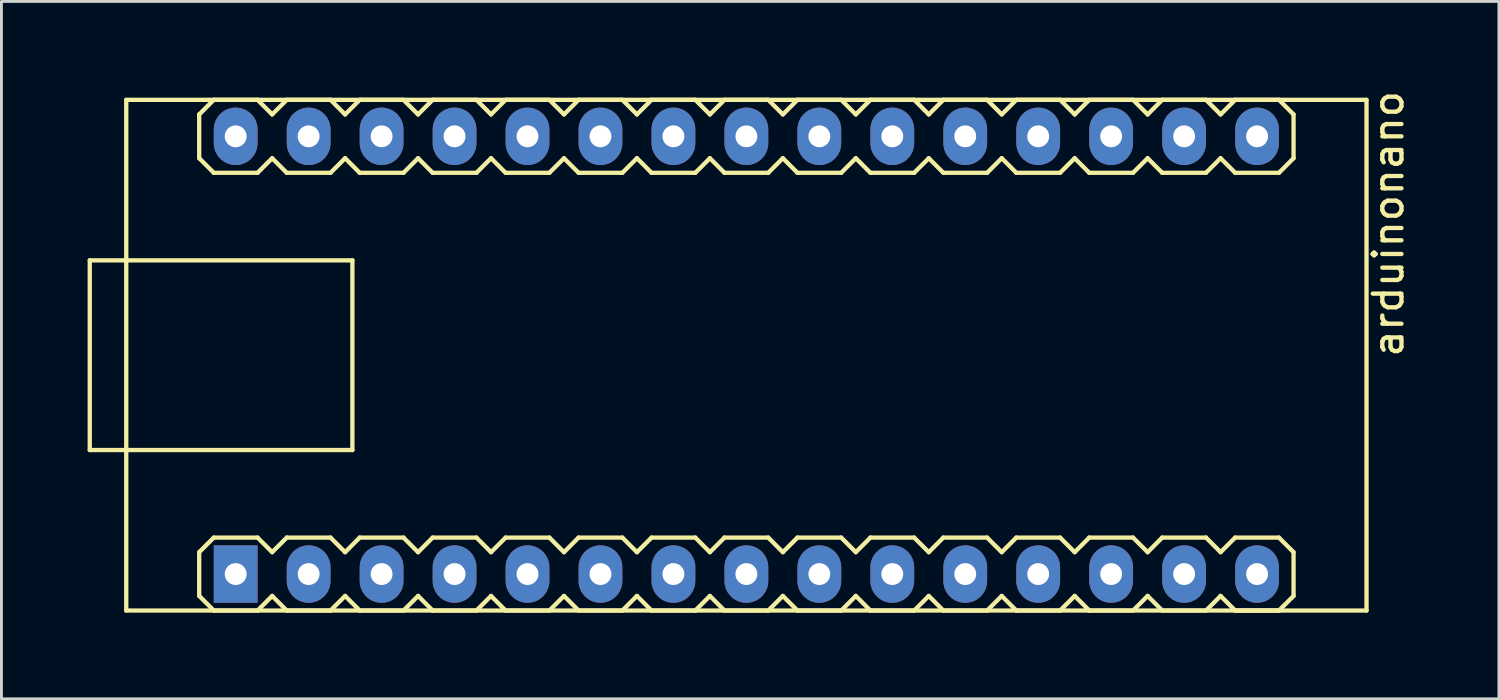
<source format=kicad_pcb>
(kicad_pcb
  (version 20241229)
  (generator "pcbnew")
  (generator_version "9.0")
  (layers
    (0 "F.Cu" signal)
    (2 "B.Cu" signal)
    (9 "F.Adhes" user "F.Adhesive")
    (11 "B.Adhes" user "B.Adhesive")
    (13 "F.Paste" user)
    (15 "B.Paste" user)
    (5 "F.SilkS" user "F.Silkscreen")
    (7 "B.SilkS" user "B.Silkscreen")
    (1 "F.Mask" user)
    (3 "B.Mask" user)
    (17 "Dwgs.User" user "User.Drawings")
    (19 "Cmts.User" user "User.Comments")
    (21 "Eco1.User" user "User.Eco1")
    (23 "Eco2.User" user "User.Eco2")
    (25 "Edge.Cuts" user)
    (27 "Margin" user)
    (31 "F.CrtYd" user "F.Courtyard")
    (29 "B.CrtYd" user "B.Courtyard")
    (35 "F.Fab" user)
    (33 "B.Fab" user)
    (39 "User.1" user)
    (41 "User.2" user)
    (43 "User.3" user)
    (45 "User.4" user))
  (footprint "arduinonano"
    (layer "F.Cu")
    (at 2.615 11.856)
    (property "Reference" "arduinonano" (at 42.672 -7.112 90) (layer "F.SilkS") (effects (font (size 1 1) (thickness 0.15))))
    (attr through_hole)
    (fp_line (start -2.54 -5.842) (end -2.54 0.762) (stroke (width 0.15) (type solid)) (layer "F.SilkS"))
    (fp_line (start -2.54 0.762) (end 6.604 0.762) (stroke (width 0.15) (type solid)) (layer "F.SilkS"))
    (fp_line (start -1.27 -11.43) (end -1.27 6.35) (stroke (width 0.15) (type solid)) (layer "F.SilkS"))
    (fp_line (start -1.27 6.35) (end 41.91 6.35) (stroke (width 0.15) (type solid)) (layer "F.SilkS"))
    (fp_line (start 1.27 -10.922) (end 1.778 -11.43) (stroke (width 0.15) (type solid)) (layer "F.SilkS"))
    (fp_line (start 1.27 -9.398) (end 1.27 -10.922) (stroke (width 0.15) (type solid)) (layer "F.SilkS"))
    (fp_line (start 1.27 4.318) (end 1.27 5.842) (stroke (width 0.15) (type solid)) (layer "F.SilkS"))
    (fp_line (start 1.27 5.842) (end 1.778 6.35) (stroke (width 0.15) (type solid)) (layer "F.SilkS"))
    (fp_line (start 1.778 -11.43) (end 3.302 -11.43) (stroke (width 0.15) (type solid)) (layer "F.SilkS"))
    (fp_line (start 1.778 -8.89) (end 1.27 -9.398) (stroke (width 0.15) (type solid)) (layer "F.SilkS"))
    (fp_line (start 1.778 3.81) (end 1.27 4.318) (stroke (width 0.15) (type solid)) (layer "F.SilkS"))
    (fp_line (start 1.778 6.35) (end 3.302 6.35) (stroke (width 0.15) (type solid)) (layer "F.SilkS"))
    (fp_line (start 3.302 -11.43) (end 3.81 -10.922) (stroke (width 0.15) (type solid)) (layer "F.SilkS"))
    (fp_line (start 3.302 -8.89) (end 1.778 -8.89) (stroke (width 0.15) (type solid)) (layer "F.SilkS"))
    (fp_line (start 3.302 3.81) (end 1.778 3.81) (stroke (width 0.15) (type solid)) (layer "F.SilkS"))
    (fp_line (start 3.302 6.35) (end 3.81 5.842) (stroke (width 0.15) (type solid)) (layer "F.SilkS"))
    (fp_line (start 3.81 -9.398) (end 3.302 -8.89) (stroke (width 0.15) (type solid)) (layer "F.SilkS"))
    (fp_line (start 3.81 4.318) (end 3.302 3.81) (stroke (width 0.15) (type solid)) (layer "F.SilkS"))
    (fp_line (start 4.318 -11.43) (end 3.81 -10.922) (stroke (width 0.15) (type solid)) (layer "F.SilkS"))
    (fp_line (start 4.318 -8.89) (end 3.81 -9.398) (stroke (width 0.15) (type solid)) (layer "F.SilkS"))
    (fp_line (start 4.318 -8.89) (end 5.842 -8.89) (stroke (width 0.15) (type solid)) (layer "F.SilkS"))
    (fp_line (start 4.318 3.81) (end 3.81 4.318) (stroke (width 0.15) (type solid)) (layer "F.SilkS"))
    (fp_line (start 4.318 6.35) (end 3.81 5.842) (stroke (width 0.15) (type solid)) (layer "F.SilkS"))
    (fp_line (start 4.318 6.35) (end 5.842 6.35) (stroke (width 0.15) (type solid)) (layer "F.SilkS"))
    (fp_line (start 5.842 -11.43) (end 4.318 -11.43) (stroke (width 0.15) (type solid)) (layer "F.SilkS"))
    (fp_line (start 5.842 -8.89) (end 6.35 -9.398) (stroke (width 0.15) (type solid)) (layer "F.SilkS"))
    (fp_line (start 5.842 3.81) (end 4.318 3.81) (stroke (width 0.15) (type solid)) (layer "F.SilkS"))
    (fp_line (start 5.842 6.35) (end 6.35 5.842) (stroke (width 0.15) (type solid)) (layer "F.SilkS"))
    (fp_line (start 6.35 -10.922) (end 5.842 -11.43) (stroke (width 0.15) (type solid)) (layer "F.SilkS"))
    (fp_line (start 6.35 4.318) (end 5.842 3.81) (stroke (width 0.15) (type solid)) (layer "F.SilkS"))
    (fp_line (start 6.604 -5.842) (end -2.54 -5.842) (stroke (width 0.15) (type solid)) (layer "F.SilkS"))
    (fp_line (start 6.604 0.762) (end 6.604 -5.842) (stroke (width 0.15) (type solid)) (layer "F.SilkS"))
    (fp_line (start 6.858 -11.43) (end 6.35 -10.922) (stroke (width 0.15) (type solid)) (layer "F.SilkS"))
    (fp_line (start 6.858 -8.89) (end 6.35 -9.398) (stroke (width 0.15) (type solid)) (layer "F.SilkS"))
    (fp_line (start 6.858 -8.89) (end 8.382 -8.89) (stroke (width 0.15) (type solid)) (layer "F.SilkS"))
    (fp_line (start 6.858 3.81) (end 6.35 4.318) (stroke (width 0.15) (type solid)) (layer "F.SilkS"))
    (fp_line (start 6.858 6.35) (end 6.35 5.842) (stroke (width 0.15) (type solid)) (layer "F.SilkS"))
    (fp_line (start 6.858 6.35) (end 8.382 6.35) (stroke (width 0.15) (type solid)) (layer "F.SilkS"))
    (fp_line (start 8.382 -11.43) (end 6.858 -11.43) (stroke (width 0.15) (type solid)) (layer "F.SilkS"))
    (fp_line (start 8.382 -8.89) (end 8.89 -9.398) (stroke (width 0.15) (type solid)) (layer "F.SilkS"))
    (fp_line (start 8.382 3.81) (end 6.858 3.81) (stroke (width 0.15) (type solid)) (layer "F.SilkS"))
    (fp_line (start 8.382 6.35) (end 8.89 5.842) (stroke (width 0.15) (type solid)) (layer "F.SilkS"))
    (fp_line (start 8.89 -10.922) (end 8.382 -11.43) (stroke (width 0.15) (type solid)) (layer "F.SilkS"))
    (fp_line (start 8.89 4.318) (end 8.382 3.81) (stroke (width 0.15) (type solid)) (layer "F.SilkS"))
    (fp_line (start 9.398 -11.43) (end 8.89 -10.922) (stroke (width 0.15) (type solid)) (layer "F.SilkS"))
    (fp_line (start 9.398 -8.89) (end 8.89 -9.398) (stroke (width 0.15) (type solid)) (layer "F.SilkS"))
    (fp_line (start 9.398 -8.89) (end 10.922 -8.89) (stroke (width 0.15) (type solid)) (layer "F.SilkS"))
    (fp_line (start 9.398 3.81) (end 8.89 4.318) (stroke (width 0.15) (type solid)) (layer "F.SilkS"))
    (fp_line (start 9.398 6.35) (end 8.89 5.842) (stroke (width 0.15) (type solid)) (layer "F.SilkS"))
    (fp_line (start 9.398 6.35) (end 10.922 6.35) (stroke (width 0.15) (type solid)) (layer "F.SilkS"))
    (fp_line (start 10.922 -11.43) (end 9.398 -11.43) (stroke (width 0.15) (type solid)) (layer "F.SilkS"))
    (fp_line (start 10.922 -8.89) (end 11.43 -9.398) (stroke (width 0.15) (type solid)) (layer "F.SilkS"))
    (fp_line (start 10.922 3.81) (end 9.398 3.81) (stroke (width 0.15) (type solid)) (layer "F.SilkS"))
    (fp_line (start 10.922 6.35) (end 11.43 5.842) (stroke (width 0.15) (type solid)) (layer "F.SilkS"))
    (fp_line (start 11.43 -10.922) (end 10.922 -11.43) (stroke (width 0.15) (type solid)) (layer "F.SilkS"))
    (fp_line (start 11.43 4.318) (end 10.922 3.81) (stroke (width 0.15) (type solid)) (layer "F.SilkS"))
    (fp_line (start 11.938 -11.43) (end 11.43 -10.922) (stroke (width 0.15) (type solid)) (layer "F.SilkS"))
    (fp_line (start 11.938 -8.89) (end 11.43 -9.398) (stroke (width 0.15) (type solid)) (layer "F.SilkS"))
    (fp_line (start 11.938 -8.89) (end 13.462 -8.89) (stroke (width 0.15) (type solid)) (layer "F.SilkS"))
    (fp_line (start 11.938 3.81) (end 11.43 4.318) (stroke (width 0.15) (type solid)) (layer "F.SilkS"))
    (fp_line (start 11.938 6.35) (end 11.43 5.842) (stroke (width 0.15) (type solid)) (layer "F.SilkS"))
    (fp_line (start 11.938 6.35) (end 13.462 6.35) (stroke (width 0.15) (type solid)) (layer "F.SilkS"))
    (fp_line (start 13.462 -11.43) (end 11.938 -11.43) (stroke (width 0.15) (type solid)) (layer "F.SilkS"))
    (fp_line (start 13.462 -8.89) (end 13.97 -9.398) (stroke (width 0.15) (type solid)) (layer "F.SilkS"))
    (fp_line (start 13.462 3.81) (end 11.938 3.81) (stroke (width 0.15) (type solid)) (layer "F.SilkS"))
    (fp_line (start 13.462 6.35) (end 13.97 5.842) (stroke (width 0.15) (type solid)) (layer "F.SilkS"))
    (fp_line (start 13.97 -10.922) (end 13.462 -11.43) (stroke (width 0.15) (type solid)) (layer "F.SilkS"))
    (fp_line (start 13.97 4.318) (end 13.462 3.81) (stroke (width 0.15) (type solid)) (layer "F.SilkS"))
    (fp_line (start 14.478 -11.43) (end 13.97 -10.922) (stroke (width 0.15) (type solid)) (layer "F.SilkS"))
    (fp_line (start 14.478 -8.89) (end 13.97 -9.398) (stroke (width 0.15) (type solid)) (layer "F.SilkS"))
    (fp_line (start 14.478 -8.89) (end 16.002 -8.89) (stroke (width 0.15) (type solid)) (layer "F.SilkS"))
    (fp_line (start 14.478 3.81) (end 13.97 4.318) (stroke (width 0.15) (type solid)) (layer "F.SilkS"))
    (fp_line (start 14.478 6.35) (end 13.97 5.842) (stroke (width 0.15) (type solid)) (layer "F.SilkS"))
    (fp_line (start 14.478 6.35) (end 16.002 6.35) (stroke (width 0.15) (type solid)) (layer "F.SilkS"))
    (fp_line (start 16.002 -11.43) (end 14.478 -11.43) (stroke (width 0.15) (type solid)) (layer "F.SilkS"))
    (fp_line (start 16.002 -8.89) (end 16.51 -9.398) (stroke (width 0.15) (type solid)) (layer "F.SilkS"))
    (fp_line (start 16.002 3.81) (end 14.478 3.81) (stroke (width 0.15) (type solid)) (layer "F.SilkS"))
    (fp_line (start 16.002 6.35) (end 16.51 5.842) (stroke (width 0.15) (type solid)) (layer "F.SilkS"))
    (fp_line (start 16.51 -10.922) (end 16.002 -11.43) (stroke (width 0.15) (type solid)) (layer "F.SilkS"))
    (fp_line (start 16.51 4.318) (end 16.002 3.81) (stroke (width 0.15) (type solid)) (layer "F.SilkS"))
    (fp_line (start 17.018 -11.43) (end 16.51 -10.922) (stroke (width 0.15) (type solid)) (layer "F.SilkS"))
    (fp_line (start 17.018 -8.89) (end 16.51 -9.398) (stroke (width 0.15) (type solid)) (layer "F.SilkS"))
    (fp_line (start 17.018 -8.89) (end 18.542 -8.89) (stroke (width 0.15) (type solid)) (layer "F.SilkS"))
    (fp_line (start 17.018 3.81) (end 16.51 4.318) (stroke (width 0.15) (type solid)) (layer "F.SilkS"))
    (fp_line (start 17.018 6.35) (end 16.51 5.842) (stroke (width 0.15) (type solid)) (layer "F.SilkS"))
    (fp_line (start 17.018 6.35) (end 18.542 6.35) (stroke (width 0.15) (type solid)) (layer "F.SilkS"))
    (fp_line (start 18.542 -11.43) (end 17.018 -11.43) (stroke (width 0.15) (type solid)) (layer "F.SilkS"))
    (fp_line (start 18.542 -8.89) (end 19.05 -9.398) (stroke (width 0.15) (type solid)) (layer "F.SilkS"))
    (fp_line (start 18.542 3.81) (end 17.018 3.81) (stroke (width 0.15) (type solid)) (layer "F.SilkS"))
    (fp_line (start 18.542 6.35) (end 19.05 5.842) (stroke (width 0.15) (type solid)) (layer "F.SilkS"))
    (fp_line (start 19.05 -10.922) (end 18.542 -11.43) (stroke (width 0.15) (type solid)) (layer "F.SilkS"))
    (fp_line (start 19.05 4.318) (end 18.542 3.81) (stroke (width 0.15) (type solid)) (layer "F.SilkS"))
    (fp_line (start 19.558 -11.43) (end 19.05 -10.922) (stroke (width 0.15) (type solid)) (layer "F.SilkS"))
    (fp_line (start 19.558 -8.89) (end 19.05 -9.398) (stroke (width 0.15) (type solid)) (layer "F.SilkS"))
    (fp_line (start 19.558 -8.89) (end 21.082 -8.89) (stroke (width 0.15) (type solid)) (layer "F.SilkS"))
    (fp_line (start 19.558 3.81) (end 19.05 4.318) (stroke (width 0.15) (type solid)) (layer "F.SilkS"))
    (fp_line (start 19.558 6.35) (end 19.05 5.842) (stroke (width 0.15) (type solid)) (layer "F.SilkS"))
    (fp_line (start 19.558 6.35) (end 21.082 6.35) (stroke (width 0.15) (type solid)) (layer "F.SilkS"))
    (fp_line (start 21.082 -11.43) (end 19.558 -11.43) (stroke (width 0.15) (type solid)) (layer "F.SilkS"))
    (fp_line (start 21.082 -8.89) (end 21.59 -9.398) (stroke (width 0.15) (type solid)) (layer "F.SilkS"))
    (fp_line (start 21.082 3.81) (end 19.558 3.81) (stroke (width 0.15) (type solid)) (layer "F.SilkS"))
    (fp_line (start 21.082 6.35) (end 21.59 5.842) (stroke (width 0.15) (type solid)) (layer "F.SilkS"))
    (fp_line (start 21.59 -10.922) (end 21.082 -11.43) (stroke (width 0.15) (type solid)) (layer "F.SilkS"))
    (fp_line (start 21.59 4.318) (end 21.082 3.81) (stroke (width 0.15) (type solid)) (layer "F.SilkS"))
    (fp_line (start 22.098 -11.43) (end 21.59 -10.922) (stroke (width 0.15) (type solid)) (layer "F.SilkS"))
    (fp_line (start 22.098 -8.89) (end 21.59 -9.398) (stroke (width 0.15) (type solid)) (layer "F.SilkS"))
    (fp_line (start 22.098 -8.89) (end 23.622 -8.89) (stroke (width 0.15) (type solid)) (layer "F.SilkS"))
    (fp_line (start 22.098 3.81) (end 21.59 4.318) (stroke (width 0.15) (type solid)) (layer "F.SilkS"))
    (fp_line (start 22.098 6.35) (end 21.59 5.842) (stroke (width 0.15) (type solid)) (layer "F.SilkS"))
    (fp_line (start 22.098 6.35) (end 23.622 6.35) (stroke (width 0.15) (type solid)) (layer "F.SilkS"))
    (fp_line (start 23.622 -11.43) (end 22.098 -11.43) (stroke (width 0.15) (type solid)) (layer "F.SilkS"))
    (fp_line (start 23.622 -8.89) (end 24.13 -9.398) (stroke (width 0.15) (type solid)) (layer "F.SilkS"))
    (fp_line (start 23.622 3.81) (end 22.098 3.81) (stroke (width 0.15) (type solid)) (layer "F.SilkS"))
    (fp_line (start 23.622 6.35) (end 24.13 5.842) (stroke (width 0.15) (type solid)) (layer "F.SilkS"))
    (fp_line (start 24.13 -10.922) (end 23.622 -11.43) (stroke (width 0.15) (type solid)) (layer "F.SilkS"))
    (fp_line (start 24.13 4.318) (end 23.622 3.81) (stroke (width 0.15) (type solid)) (layer "F.SilkS"))
    (fp_line (start 24.638 -11.43) (end 24.13 -10.922) (stroke (width 0.15) (type solid)) (layer "F.SilkS"))
    (fp_line (start 24.638 -8.89) (end 24.13 -9.398) (stroke (width 0.15) (type solid)) (layer "F.SilkS"))
    (fp_line (start 24.638 -8.89) (end 26.162 -8.89) (stroke (width 0.15) (type solid)) (layer "F.SilkS"))
    (fp_line (start 24.638 3.81) (end 24.13 4.318) (stroke (width 0.15) (type solid)) (layer "F.SilkS"))
    (fp_line (start 24.638 6.35) (end 24.13 5.842) (stroke (width 0.15) (type solid)) (layer "F.SilkS"))
    (fp_line (start 24.638 6.35) (end 26.162 6.35) (stroke (width 0.15) (type solid)) (layer "F.SilkS"))
    (fp_line (start 26.162 -11.43) (end 24.638 -11.43) (stroke (width 0.15) (type solid)) (layer "F.SilkS"))
    (fp_line (start 26.162 -8.89) (end 26.67 -9.398) (stroke (width 0.15) (type solid)) (layer "F.SilkS"))
    (fp_line (start 26.162 3.81) (end 24.638 3.81) (stroke (width 0.15) (type solid)) (layer "F.SilkS"))
    (fp_line (start 26.162 6.35) (end 26.67 5.842) (stroke (width 0.15) (type solid)) (layer "F.SilkS"))
    (fp_line (start 26.67 -10.922) (end 26.162 -11.43) (stroke (width 0.15) (type solid)) (layer "F.SilkS"))
    (fp_line (start 26.67 4.318) (end 26.162 3.81) (stroke (width 0.15) (type solid)) (layer "F.SilkS"))
    (fp_line (start 27.178 -11.43) (end 26.67 -10.922) (stroke (width 0.15) (type solid)) (layer "F.SilkS"))
    (fp_line (start 27.178 -8.89) (end 26.67 -9.398) (stroke (width 0.15) (type solid)) (layer "F.SilkS"))
    (fp_line (start 27.178 -8.89) (end 28.702 -8.89) (stroke (width 0.15) (type solid)) (layer "F.SilkS"))
    (fp_line (start 27.178 3.81) (end 26.67 4.318) (stroke (width 0.15) (type solid)) (layer "F.SilkS"))
    (fp_line (start 27.178 6.35) (end 26.67 5.842) (stroke (width 0.15) (type solid)) (layer "F.SilkS"))
    (fp_line (start 27.178 6.35) (end 28.702 6.35) (stroke (width 0.15) (type solid)) (layer "F.SilkS"))
    (fp_line (start 28.702 -11.43) (end 27.178 -11.43) (stroke (width 0.15) (type solid)) (layer "F.SilkS"))
    (fp_line (start 28.702 -8.89) (end 29.21 -9.398) (stroke (width 0.15) (type solid)) (layer "F.SilkS"))
    (fp_line (start 28.702 3.81) (end 27.178 3.81) (stroke (width 0.15) (type solid)) (layer "F.SilkS"))
    (fp_line (start 28.702 6.35) (end 29.21 5.842) (stroke (width 0.15) (type solid)) (layer "F.SilkS"))
    (fp_line (start 29.21 -10.922) (end 28.702 -11.43) (stroke (width 0.15) (type solid)) (layer "F.SilkS"))
    (fp_line (start 29.21 4.318) (end 28.702 3.81) (stroke (width 0.15) (type solid)) (layer "F.SilkS"))
    (fp_line (start 29.718 -11.43) (end 29.21 -10.922) (stroke (width 0.15) (type solid)) (layer "F.SilkS"))
    (fp_line (start 29.718 -8.89) (end 29.21 -9.398) (stroke (width 0.15) (type solid)) (layer "F.SilkS"))
    (fp_line (start 29.718 -8.89) (end 31.242 -8.89) (stroke (width 0.15) (type solid)) (layer "F.SilkS"))
    (fp_line (start 29.718 3.81) (end 29.21 4.318) (stroke (width 0.15) (type solid)) (layer "F.SilkS"))
    (fp_line (start 29.718 6.35) (end 29.21 5.842) (stroke (width 0.15) (type solid)) (layer "F.SilkS"))
    (fp_line (start 29.718 6.35) (end 31.242 6.35) (stroke (width 0.15) (type solid)) (layer "F.SilkS"))
    (fp_line (start 31.242 -11.43) (end 29.718 -11.43) (stroke (width 0.15) (type solid)) (layer "F.SilkS"))
    (fp_line (start 31.242 -8.89) (end 31.75 -9.398) (stroke (width 0.15) (type solid)) (layer "F.SilkS"))
    (fp_line (start 31.242 3.81) (end 29.718 3.81) (stroke (width 0.15) (type solid)) (layer "F.SilkS"))
    (fp_line (start 31.242 6.35) (end 31.75 5.842) (stroke (width 0.15) (type solid)) (layer "F.SilkS"))
    (fp_line (start 31.75 -10.922) (end 31.242 -11.43) (stroke (width 0.15) (type solid)) (layer "F.SilkS"))
    (fp_line (start 31.75 4.318) (end 31.242 3.81) (stroke (width 0.15) (type solid)) (layer "F.SilkS"))
    (fp_line (start 32.258 -11.43) (end 31.75 -10.922) (stroke (width 0.15) (type solid)) (layer "F.SilkS"))
    (fp_line (start 32.258 -8.89) (end 31.75 -9.398) (stroke (width 0.15) (type solid)) (layer "F.SilkS"))
    (fp_line (start 32.258 -8.89) (end 33.782 -8.89) (stroke (width 0.15) (type solid)) (layer "F.SilkS"))
    (fp_line (start 32.258 3.81) (end 31.75 4.318) (stroke (width 0.15) (type solid)) (layer "F.SilkS"))
    (fp_line (start 32.258 6.35) (end 31.75 5.842) (stroke (width 0.15) (type solid)) (layer "F.SilkS"))
    (fp_line (start 32.258 6.35) (end 33.782 6.35) (stroke (width 0.15) (type solid)) (layer "F.SilkS"))
    (fp_line (start 33.782 -11.43) (end 32.258 -11.43) (stroke (width 0.15) (type solid)) (layer "F.SilkS"))
    (fp_line (start 33.782 -8.89) (end 34.29 -9.398) (stroke (width 0.15) (type solid)) (layer "F.SilkS"))
    (fp_line (start 33.782 3.81) (end 32.258 3.81) (stroke (width 0.15) (type solid)) (layer "F.SilkS"))
    (fp_line (start 33.782 6.35) (end 34.29 5.842) (stroke (width 0.15) (type solid)) (layer "F.SilkS"))
    (fp_line (start 34.29 -10.922) (end 33.782 -11.43) (stroke (width 0.15) (type solid)) (layer "F.SilkS"))
    (fp_line (start 34.29 4.318) (end 33.782 3.81) (stroke (width 0.15) (type solid)) (layer "F.SilkS"))
    (fp_line (start 34.798 -11.43) (end 34.29 -10.922) (stroke (width 0.15) (type solid)) (layer "F.SilkS"))
    (fp_line (start 34.798 -8.89) (end 34.29 -9.398) (stroke (width 0.15) (type solid)) (layer "F.SilkS"))
    (fp_line (start 34.798 -8.89) (end 36.322 -8.89) (stroke (width 0.15) (type solid)) (layer "F.SilkS"))
    (fp_line (start 34.798 3.81) (end 34.29 4.318) (stroke (width 0.15) (type solid)) (layer "F.SilkS"))
    (fp_line (start 34.798 6.35) (end 34.29 5.842) (stroke (width 0.15) (type solid)) (layer "F.SilkS"))
    (fp_line (start 34.798 6.35) (end 36.322 6.35) (stroke (width 0.15) (type solid)) (layer "F.SilkS"))
    (fp_line (start 36.322 -11.43) (end 34.798 -11.43) (stroke (width 0.15) (type solid)) (layer "F.SilkS"))
    (fp_line (start 36.322 -8.89) (end 36.83 -9.398) (stroke (width 0.15) (type solid)) (layer "F.SilkS"))
    (fp_line (start 36.322 3.81) (end 34.798 3.81) (stroke (width 0.15) (type solid)) (layer "F.SilkS"))
    (fp_line (start 36.322 6.35) (end 36.83 5.842) (stroke (width 0.15) (type solid)) (layer "F.SilkS"))
    (fp_line (start 36.83 -10.922) (end 36.322 -11.43) (stroke (width 0.15) (type solid)) (layer "F.SilkS"))
    (fp_line (start 36.83 4.318) (end 36.322 3.81) (stroke (width 0.15) (type solid)) (layer "F.SilkS"))
    (fp_line (start 37.338 -11.43) (end 36.83 -10.922) (stroke (width 0.15) (type solid)) (layer "F.SilkS"))
    (fp_line (start 37.338 -8.89) (end 36.83 -9.398) (stroke (width 0.15) (type solid)) (layer "F.SilkS"))
    (fp_line (start 37.338 -8.89) (end 38.862 -8.89) (stroke (width 0.15) (type solid)) (layer "F.SilkS"))
    (fp_line (start 37.338 3.81) (end 36.83 4.318) (stroke (width 0.15) (type solid)) (layer "F.SilkS"))
    (fp_line (start 37.338 6.35) (end 36.83 5.842) (stroke (width 0.15) (type solid)) (layer "F.SilkS"))
    (fp_line (start 37.338 6.35) (end 38.862 6.35) (stroke (width 0.15) (type solid)) (layer "F.SilkS"))
    (fp_line (start 37.338 6.35) (end 38.862 6.35) (stroke (width 0.15) (type solid)) (layer "F.SilkS"))
    (fp_line (start 38.862 -11.43) (end 37.338 -11.43) (stroke (width 0.15) (type solid)) (layer "F.SilkS"))
    (fp_line (start 38.862 -8.89) (end 39.37 -9.398) (stroke (width 0.15) (type solid)) (layer "F.SilkS"))
    (fp_line (start 38.862 3.81) (end 37.338 3.81) (stroke (width 0.15) (type solid)) (layer "F.SilkS"))
    (fp_line (start 38.862 6.35) (end 39.37 5.842) (stroke (width 0.15) (type solid)) (layer "F.SilkS"))
    (fp_line (start 39.37 -10.922) (end 38.862 -11.43) (stroke (width 0.15) (type solid)) (layer "F.SilkS"))
    (fp_line (start 39.37 -9.398) (end 39.37 -10.922) (stroke (width 0.15) (type solid)) (layer "F.SilkS"))
    (fp_line (start 39.37 4.318) (end 38.862 3.81) (stroke (width 0.15) (type solid)) (layer "F.SilkS"))
    (fp_line (start 39.37 5.842) (end 39.37 4.318) (stroke (width 0.15) (type solid)) (layer "F.SilkS"))
    (fp_line (start 41.91 -11.43) (end -1.27 -11.43) (stroke (width 0.15) (type solid)) (layer "F.SilkS"))
    (fp_line (start 41.91 6.35) (end 41.91 -11.43) (stroke (width 0.15) (type solid)) (layer "F.SilkS"))
    (pad "1" thru_hole rect (at 2.54 5.08) (size 1.524 2) (drill 0.762) (layers "*.Cu" "*.Mask"))
    (pad "2" thru_hole oval (at 5.08 5.08) (size 1.524 2) (drill 0.762) (layers "*.Cu" "*.Mask"))
    (pad "3" thru_hole oval (at 7.62 5.08) (size 1.524 2) (drill 0.762) (layers "*.Cu" "*.Mask"))
    (pad "4" thru_hole oval (at 10.16 5.08) (size 1.524 2) (drill 0.762) (layers "*.Cu" "*.Mask"))
    (pad "5" thru_hole oval (at 12.7 5.08) (size 1.524 2) (drill 0.762) (layers "*.Cu" "*.Mask"))
    (pad "6" thru_hole oval (at 15.24 5.08) (size 1.524 2) (drill 0.762) (layers "*.Cu" "*.Mask"))
    (pad "7" thru_hole oval (at 17.78 5.08) (size 1.524 2) (drill 0.762) (layers "*.Cu" "*.Mask"))
    (pad "8" thru_hole oval (at 20.32 5.08) (size 1.524 2) (drill 0.762) (layers "*.Cu" "*.Mask"))
    (pad "9" thru_hole oval (at 22.86 5.08) (size 1.524 2) (drill 0.762) (layers "*.Cu" "*.Mask"))
    (pad "10" thru_hole oval (at 25.4 5.08) (size 1.524 2) (drill 0.762) (layers "*.Cu" "*.Mask"))
    (pad "11" thru_hole oval (at 27.94 5.08) (size 1.524 2) (drill 0.762) (layers "*.Cu" "*.Mask"))
    (pad "12" thru_hole oval (at 30.48 5.08) (size 1.524 2) (drill 0.762) (layers "*.Cu" "*.Mask"))
    (pad "13" thru_hole oval (at 33.02 5.08) (size 1.524 2) (drill 0.762) (layers "*.Cu" "*.Mask"))
    (pad "14" thru_hole oval (at 35.56 5.08) (size 1.524 2) (drill 0.762) (layers "*.Cu" "*.Mask"))
    (pad "15" thru_hole oval (at 38.1 5.08) (size 1.524 2) (drill 0.762) (layers "*.Cu" "*.Mask"))
    (pad "16" thru_hole oval (at 38.1 -10.16) (size 1.524 2) (drill 0.762) (layers "*.Cu" "*.Mask"))
    (pad "17" thru_hole oval (at 35.56 -10.16) (size 1.524 2) (drill 0.762) (layers "*.Cu" "*.Mask"))
    (pad "18" thru_hole oval (at 33.02 -10.16) (size 1.524 2) (drill 0.762) (layers "*.Cu" "*.Mask"))
    (pad "19" thru_hole oval (at 30.48 -10.16) (size 1.524 2) (drill 0.762) (layers "*.Cu" "*.Mask"))
    (pad "20" thru_hole oval (at 27.94 -10.16) (size 1.524 2) (drill 0.762) (layers "*.Cu" "*.Mask"))
    (pad "21" thru_hole oval (at 25.4 -10.16) (size 1.524 2) (drill 0.762) (layers "*.Cu" "*.Mask"))
    (pad "22" thru_hole oval (at 22.86 -10.16) (size 1.524 2) (drill 0.762) (layers "*.Cu" "*.Mask"))
    (pad "23" thru_hole oval (at 20.32 -10.16) (size 1.524 2) (drill 0.762) (layers "*.Cu" "*.Mask"))
    (pad "24" thru_hole oval (at 17.78 -10.16) (size 1.524 2) (drill 0.762) (layers "*.Cu" "*.Mask"))
    (pad "25" thru_hole oval (at 15.24 -10.16) (size 1.524 2) (drill 0.762) (layers "*.Cu" "*.Mask"))
    (pad "26" thru_hole oval (at 12.7 -10.16) (size 1.524 2) (drill 0.762) (layers "*.Cu" "*.Mask"))
    (pad "27" thru_hole oval (at 10.16 -10.16) (size 1.524 2) (drill 0.762) (layers "*.Cu" "*.Mask"))
    (pad "28" thru_hole oval (at 7.62 -10.16) (size 1.524 2) (drill 0.762) (layers "*.Cu" "*.Mask"))
    (pad "29" thru_hole oval (at 5.08 -10.16) (size 1.524 2) (drill 0.762) (layers "*.Cu" "*.Mask"))
    (pad "30" thru_hole oval (at 2.54 -10.16) (size 1.524 2) (drill 0.762) (layers "*.Cu" "*.Mask")))
  (gr_rect
    (start -3 -3)
    (end 49.135 21.281)
    (stroke (width 0.1) (type default))
    (fill no)
    (layer "Edge.Cuts")))
</source>
